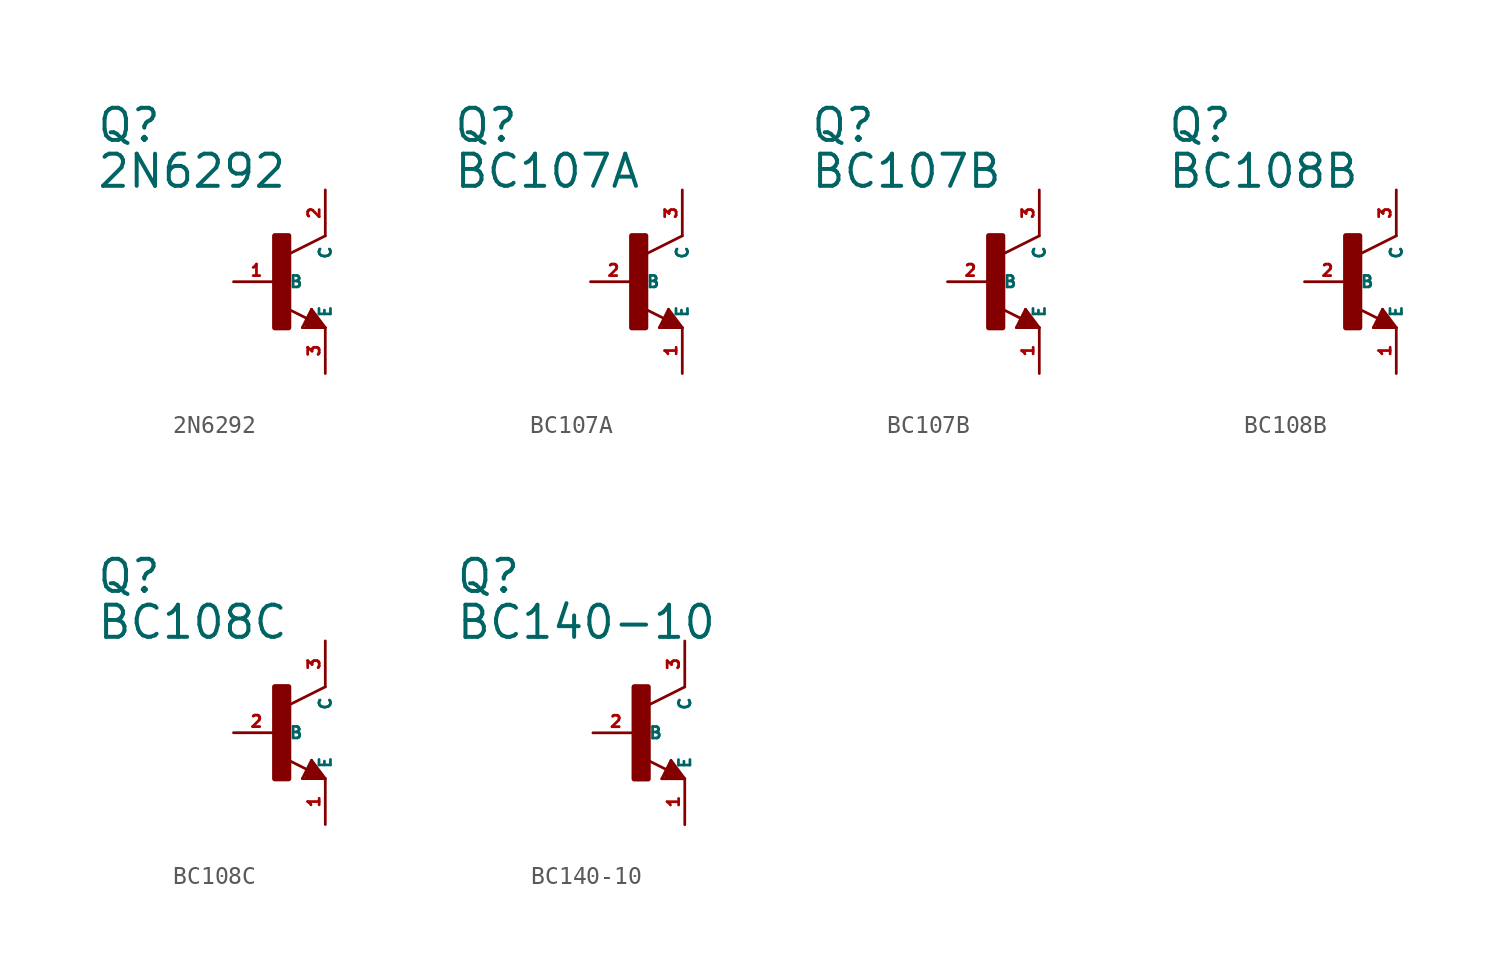
<source format=kicad_sym>
(kicad_symbol_lib
  (version 20220914)
  (generator Eagle2Kicad)
  (symbol "2N6292"
    (property "Reference" "Q"
      (at -10.16 7.62 0)
      (effects (font (size 1.778 1.778) (thickness 0.22)) (justify left bottom)))
    (property "Value" "2N6292"
      (at -10.16 5.08 0)
      (effects (font (size 1.778 1.778) (thickness 0.22)) (justify left bottom)))
    (polyline
      (pts (xy 2.54 2.54) (xy 0.508 1.524))
      (stroke (width 0.152) (type default))
      (fill (type none)))
    (polyline
      (pts (xy 1.778 -1.524) (xy 2.54 -2.54))
      (stroke (width 0.152) (type default))
      (fill (type none)))
    (polyline
      (pts (xy 2.54 -2.54) (xy 1.27 -2.54))
      (stroke (width 0.152) (type default))
      (fill (type none)))
    (polyline
      (pts (xy 1.27 -2.54) (xy 1.778 -1.524))
      (stroke (width 0.152) (type default))
      (fill (type none)))
    (polyline
      (pts (xy 1.54 -2.04) (xy 0.308 -1.424))
      (stroke (width 0.152) (type default))
      (fill (type none)))
    (polyline
      (pts (xy 1.524 -2.413) (xy 2.286 -2.413))
      (stroke (width 0.254) (type default))
      (fill (type none)))
    (polyline
      (pts (xy 2.286 -2.413) (xy 1.778 -1.778))
      (stroke (width 0.254) (type default))
      (fill (type none)))
    (polyline
      (pts (xy 1.778 -1.778) (xy 1.524 -2.286))
      (stroke (width 0.254) (type default))
      (fill (type none)))
    (polyline
      (pts (xy 1.524 -2.286) (xy 1.905 -2.286))
      (stroke (width 0.254) (type default))
      (fill (type none)))
    (polyline
      (pts (xy 1.905 -2.286) (xy 1.778 -2.032))
      (stroke (width 0.254) (type default))
      (fill (type none)))
    (rectangle
      (start -0.254 -2.54)
      (end 0.508 2.54)
      (stroke (width 0.3) (type default))
      (fill (type outline)))
    (pin passive line
      (at -2.54 0 0)
      (length 2.54)
      (name "B" (effects (font (size 0.635 0.635) (thickness 0.08)) (justify left bottom)))
      (number "1" (effects (font (size 0.635 0.635) (thickness 0.08)) (justify left bottom))))
    (pin passive line
      (at 2.54 -5.08 90)
      (length 2.54)
      (name "E" (effects (font (size 0.635 0.635) (thickness 0.08)) (justify left bottom)))
      (number "3" (effects (font (size 0.635 0.635) (thickness 0.08)) (justify left bottom))))
    (pin passive line
      (at 2.54 5.08 270)
      (length 2.54)
      (name "C" (effects (font (size 0.635 0.635) (thickness 0.08)) (justify left bottom)))
      (number "2" (effects (font (size 0.635 0.635) (thickness 0.08)) (justify left bottom)))))
  (symbol "BC107A"
    (property "Reference" "Q"
      (at -10.16 7.62 0)
      (effects (font (size 1.778 1.778) (thickness 0.22)) (justify left bottom)))
    (property "Value" "BC107A"
      (at -10.16 5.08 0)
      (effects (font (size 1.778 1.778) (thickness 0.22)) (justify left bottom)))
    (polyline
      (pts (xy 2.54 2.54) (xy 0.508 1.524))
      (stroke (width 0.152) (type default))
      (fill (type none)))
    (polyline
      (pts (xy 1.778 -1.524) (xy 2.54 -2.54))
      (stroke (width 0.152) (type default))
      (fill (type none)))
    (polyline
      (pts (xy 2.54 -2.54) (xy 1.27 -2.54))
      (stroke (width 0.152) (type default))
      (fill (type none)))
    (polyline
      (pts (xy 1.27 -2.54) (xy 1.778 -1.524))
      (stroke (width 0.152) (type default))
      (fill (type none)))
    (polyline
      (pts (xy 1.54 -2.04) (xy 0.308 -1.424))
      (stroke (width 0.152) (type default))
      (fill (type none)))
    (polyline
      (pts (xy 1.524 -2.413) (xy 2.286 -2.413))
      (stroke (width 0.254) (type default))
      (fill (type none)))
    (polyline
      (pts (xy 2.286 -2.413) (xy 1.778 -1.778))
      (stroke (width 0.254) (type default))
      (fill (type none)))
    (polyline
      (pts (xy 1.778 -1.778) (xy 1.524 -2.286))
      (stroke (width 0.254) (type default))
      (fill (type none)))
    (polyline
      (pts (xy 1.524 -2.286) (xy 1.905 -2.286))
      (stroke (width 0.254) (type default))
      (fill (type none)))
    (polyline
      (pts (xy 1.905 -2.286) (xy 1.778 -2.032))
      (stroke (width 0.254) (type default))
      (fill (type none)))
    (rectangle
      (start -0.254 -2.54)
      (end 0.508 2.54)
      (stroke (width 0.3) (type default))
      (fill (type outline)))
    (pin passive line
      (at -2.54 0 0)
      (length 2.54)
      (name "B" (effects (font (size 0.635 0.635) (thickness 0.08)) (justify left bottom)))
      (number "2" (effects (font (size 0.635 0.635) (thickness 0.08)) (justify left bottom))))
    (pin passive line
      (at 2.54 -5.08 90)
      (length 2.54)
      (name "E" (effects (font (size 0.635 0.635) (thickness 0.08)) (justify left bottom)))
      (number "1" (effects (font (size 0.635 0.635) (thickness 0.08)) (justify left bottom))))
    (pin passive line
      (at 2.54 5.08 270)
      (length 2.54)
      (name "C" (effects (font (size 0.635 0.635) (thickness 0.08)) (justify left bottom)))
      (number "3" (effects (font (size 0.635 0.635) (thickness 0.08)) (justify left bottom)))))
  (symbol "BC107B"
    (property "Reference" "Q"
      (at -10.16 7.62 0)
      (effects (font (size 1.778 1.778) (thickness 0.22)) (justify left bottom)))
    (property "Value" "BC107B"
      (at -10.16 5.08 0)
      (effects (font (size 1.778 1.778) (thickness 0.22)) (justify left bottom)))
    (polyline
      (pts (xy 2.54 2.54) (xy 0.508 1.524))
      (stroke (width 0.152) (type default))
      (fill (type none)))
    (polyline
      (pts (xy 1.778 -1.524) (xy 2.54 -2.54))
      (stroke (width 0.152) (type default))
      (fill (type none)))
    (polyline
      (pts (xy 2.54 -2.54) (xy 1.27 -2.54))
      (stroke (width 0.152) (type default))
      (fill (type none)))
    (polyline
      (pts (xy 1.27 -2.54) (xy 1.778 -1.524))
      (stroke (width 0.152) (type default))
      (fill (type none)))
    (polyline
      (pts (xy 1.54 -2.04) (xy 0.308 -1.424))
      (stroke (width 0.152) (type default))
      (fill (type none)))
    (polyline
      (pts (xy 1.524 -2.413) (xy 2.286 -2.413))
      (stroke (width 0.254) (type default))
      (fill (type none)))
    (polyline
      (pts (xy 2.286 -2.413) (xy 1.778 -1.778))
      (stroke (width 0.254) (type default))
      (fill (type none)))
    (polyline
      (pts (xy 1.778 -1.778) (xy 1.524 -2.286))
      (stroke (width 0.254) (type default))
      (fill (type none)))
    (polyline
      (pts (xy 1.524 -2.286) (xy 1.905 -2.286))
      (stroke (width 0.254) (type default))
      (fill (type none)))
    (polyline
      (pts (xy 1.905 -2.286) (xy 1.778 -2.032))
      (stroke (width 0.254) (type default))
      (fill (type none)))
    (rectangle
      (start -0.254 -2.54)
      (end 0.508 2.54)
      (stroke (width 0.3) (type default))
      (fill (type outline)))
    (pin passive line
      (at -2.54 0 0)
      (length 2.54)
      (name "B" (effects (font (size 0.635 0.635) (thickness 0.08)) (justify left bottom)))
      (number "2" (effects (font (size 0.635 0.635) (thickness 0.08)) (justify left bottom))))
    (pin passive line
      (at 2.54 -5.08 90)
      (length 2.54)
      (name "E" (effects (font (size 0.635 0.635) (thickness 0.08)) (justify left bottom)))
      (number "1" (effects (font (size 0.635 0.635) (thickness 0.08)) (justify left bottom))))
    (pin passive line
      (at 2.54 5.08 270)
      (length 2.54)
      (name "C" (effects (font (size 0.635 0.635) (thickness 0.08)) (justify left bottom)))
      (number "3" (effects (font (size 0.635 0.635) (thickness 0.08)) (justify left bottom)))))
  (symbol "BC108B"
    (property "Reference" "Q"
      (at -10.16 7.62 0)
      (effects (font (size 1.778 1.778) (thickness 0.22)) (justify left bottom)))
    (property "Value" "BC108B"
      (at -10.16 5.08 0)
      (effects (font (size 1.778 1.778) (thickness 0.22)) (justify left bottom)))
    (polyline
      (pts (xy 2.54 2.54) (xy 0.508 1.524))
      (stroke (width 0.152) (type default))
      (fill (type none)))
    (polyline
      (pts (xy 1.778 -1.524) (xy 2.54 -2.54))
      (stroke (width 0.152) (type default))
      (fill (type none)))
    (polyline
      (pts (xy 2.54 -2.54) (xy 1.27 -2.54))
      (stroke (width 0.152) (type default))
      (fill (type none)))
    (polyline
      (pts (xy 1.27 -2.54) (xy 1.778 -1.524))
      (stroke (width 0.152) (type default))
      (fill (type none)))
    (polyline
      (pts (xy 1.54 -2.04) (xy 0.308 -1.424))
      (stroke (width 0.152) (type default))
      (fill (type none)))
    (polyline
      (pts (xy 1.524 -2.413) (xy 2.286 -2.413))
      (stroke (width 0.254) (type default))
      (fill (type none)))
    (polyline
      (pts (xy 2.286 -2.413) (xy 1.778 -1.778))
      (stroke (width 0.254) (type default))
      (fill (type none)))
    (polyline
      (pts (xy 1.778 -1.778) (xy 1.524 -2.286))
      (stroke (width 0.254) (type default))
      (fill (type none)))
    (polyline
      (pts (xy 1.524 -2.286) (xy 1.905 -2.286))
      (stroke (width 0.254) (type default))
      (fill (type none)))
    (polyline
      (pts (xy 1.905 -2.286) (xy 1.778 -2.032))
      (stroke (width 0.254) (type default))
      (fill (type none)))
    (rectangle
      (start -0.254 -2.54)
      (end 0.508 2.54)
      (stroke (width 0.3) (type default))
      (fill (type outline)))
    (pin passive line
      (at -2.54 0 0)
      (length 2.54)
      (name "B" (effects (font (size 0.635 0.635) (thickness 0.08)) (justify left bottom)))
      (number "2" (effects (font (size 0.635 0.635) (thickness 0.08)) (justify left bottom))))
    (pin passive line
      (at 2.54 -5.08 90)
      (length 2.54)
      (name "E" (effects (font (size 0.635 0.635) (thickness 0.08)) (justify left bottom)))
      (number "1" (effects (font (size 0.635 0.635) (thickness 0.08)) (justify left bottom))))
    (pin passive line
      (at 2.54 5.08 270)
      (length 2.54)
      (name "C" (effects (font (size 0.635 0.635) (thickness 0.08)) (justify left bottom)))
      (number "3" (effects (font (size 0.635 0.635) (thickness 0.08)) (justify left bottom)))))
  (symbol "BC108C"
    (property "Reference" "Q"
      (at -10.16 7.62 0)
      (effects (font (size 1.778 1.778) (thickness 0.22)) (justify left bottom)))
    (property "Value" "BC108C"
      (at -10.16 5.08 0)
      (effects (font (size 1.778 1.778) (thickness 0.22)) (justify left bottom)))
    (polyline
      (pts (xy 2.54 2.54) (xy 0.508 1.524))
      (stroke (width 0.152) (type default))
      (fill (type none)))
    (polyline
      (pts (xy 1.778 -1.524) (xy 2.54 -2.54))
      (stroke (width 0.152) (type default))
      (fill (type none)))
    (polyline
      (pts (xy 2.54 -2.54) (xy 1.27 -2.54))
      (stroke (width 0.152) (type default))
      (fill (type none)))
    (polyline
      (pts (xy 1.27 -2.54) (xy 1.778 -1.524))
      (stroke (width 0.152) (type default))
      (fill (type none)))
    (polyline
      (pts (xy 1.54 -2.04) (xy 0.308 -1.424))
      (stroke (width 0.152) (type default))
      (fill (type none)))
    (polyline
      (pts (xy 1.524 -2.413) (xy 2.286 -2.413))
      (stroke (width 0.254) (type default))
      (fill (type none)))
    (polyline
      (pts (xy 2.286 -2.413) (xy 1.778 -1.778))
      (stroke (width 0.254) (type default))
      (fill (type none)))
    (polyline
      (pts (xy 1.778 -1.778) (xy 1.524 -2.286))
      (stroke (width 0.254) (type default))
      (fill (type none)))
    (polyline
      (pts (xy 1.524 -2.286) (xy 1.905 -2.286))
      (stroke (width 0.254) (type default))
      (fill (type none)))
    (polyline
      (pts (xy 1.905 -2.286) (xy 1.778 -2.032))
      (stroke (width 0.254) (type default))
      (fill (type none)))
    (rectangle
      (start -0.254 -2.54)
      (end 0.508 2.54)
      (stroke (width 0.3) (type default))
      (fill (type outline)))
    (pin passive line
      (at -2.54 0 0)
      (length 2.54)
      (name "B" (effects (font (size 0.635 0.635) (thickness 0.08)) (justify left bottom)))
      (number "2" (effects (font (size 0.635 0.635) (thickness 0.08)) (justify left bottom))))
    (pin passive line
      (at 2.54 -5.08 90)
      (length 2.54)
      (name "E" (effects (font (size 0.635 0.635) (thickness 0.08)) (justify left bottom)))
      (number "1" (effects (font (size 0.635 0.635) (thickness 0.08)) (justify left bottom))))
    (pin passive line
      (at 2.54 5.08 270)
      (length 2.54)
      (name "C" (effects (font (size 0.635 0.635) (thickness 0.08)) (justify left bottom)))
      (number "3" (effects (font (size 0.635 0.635) (thickness 0.08)) (justify left bottom)))))
  (symbol "BC140-10"
    (property "Reference" "Q"
      (at -10.16 7.62 0)
      (effects (font (size 1.778 1.778) (thickness 0.22)) (justify left bottom)))
    (property "Value" "BC140-10"
      (at -10.16 5.08 0)
      (effects (font (size 1.778 1.778) (thickness 0.22)) (justify left bottom)))
    (polyline
      (pts (xy 2.54 2.54) (xy 0.508 1.524))
      (stroke (width 0.152) (type default))
      (fill (type none)))
    (polyline
      (pts (xy 1.778 -1.524) (xy 2.54 -2.54))
      (stroke (width 0.152) (type default))
      (fill (type none)))
    (polyline
      (pts (xy 2.54 -2.54) (xy 1.27 -2.54))
      (stroke (width 0.152) (type default))
      (fill (type none)))
    (polyline
      (pts (xy 1.27 -2.54) (xy 1.778 -1.524))
      (stroke (width 0.152) (type default))
      (fill (type none)))
    (polyline
      (pts (xy 1.54 -2.04) (xy 0.308 -1.424))
      (stroke (width 0.152) (type default))
      (fill (type none)))
    (polyline
      (pts (xy 1.524 -2.413) (xy 2.286 -2.413))
      (stroke (width 0.254) (type default))
      (fill (type none)))
    (polyline
      (pts (xy 2.286 -2.413) (xy 1.778 -1.778))
      (stroke (width 0.254) (type default))
      (fill (type none)))
    (polyline
      (pts (xy 1.778 -1.778) (xy 1.524 -2.286))
      (stroke (width 0.254) (type default))
      (fill (type none)))
    (polyline
      (pts (xy 1.524 -2.286) (xy 1.905 -2.286))
      (stroke (width 0.254) (type default))
      (fill (type none)))
    (polyline
      (pts (xy 1.905 -2.286) (xy 1.778 -2.032))
      (stroke (width 0.254) (type default))
      (fill (type none)))
    (rectangle
      (start -0.254 -2.54)
      (end 0.508 2.54)
      (stroke (width 0.3) (type default))
      (fill (type outline)))
    (pin passive line
      (at -2.54 0 0)
      (length 2.54)
      (name "B" (effects (font (size 0.635 0.635) (thickness 0.08)) (justify left bottom)))
      (number "2" (effects (font (size 0.635 0.635) (thickness 0.08)) (justify left bottom))))
    (pin passive line
      (at 2.54 -5.08 90)
      (length 2.54)
      (name "E" (effects (font (size 0.635 0.635) (thickness 0.08)) (justify left bottom)))
      (number "1" (effects (font (size 0.635 0.635) (thickness 0.08)) (justify left bottom))))
    (pin passive line
      (at 2.54 5.08 270)
      (length 2.54)
      (name "C" (effects (font (size 0.635 0.635) (thickness 0.08)) (justify left bottom)))
      (number "3" (effects (font (size 0.635 0.635) (thickness 0.08)) (justify left bottom))))))
</source>
